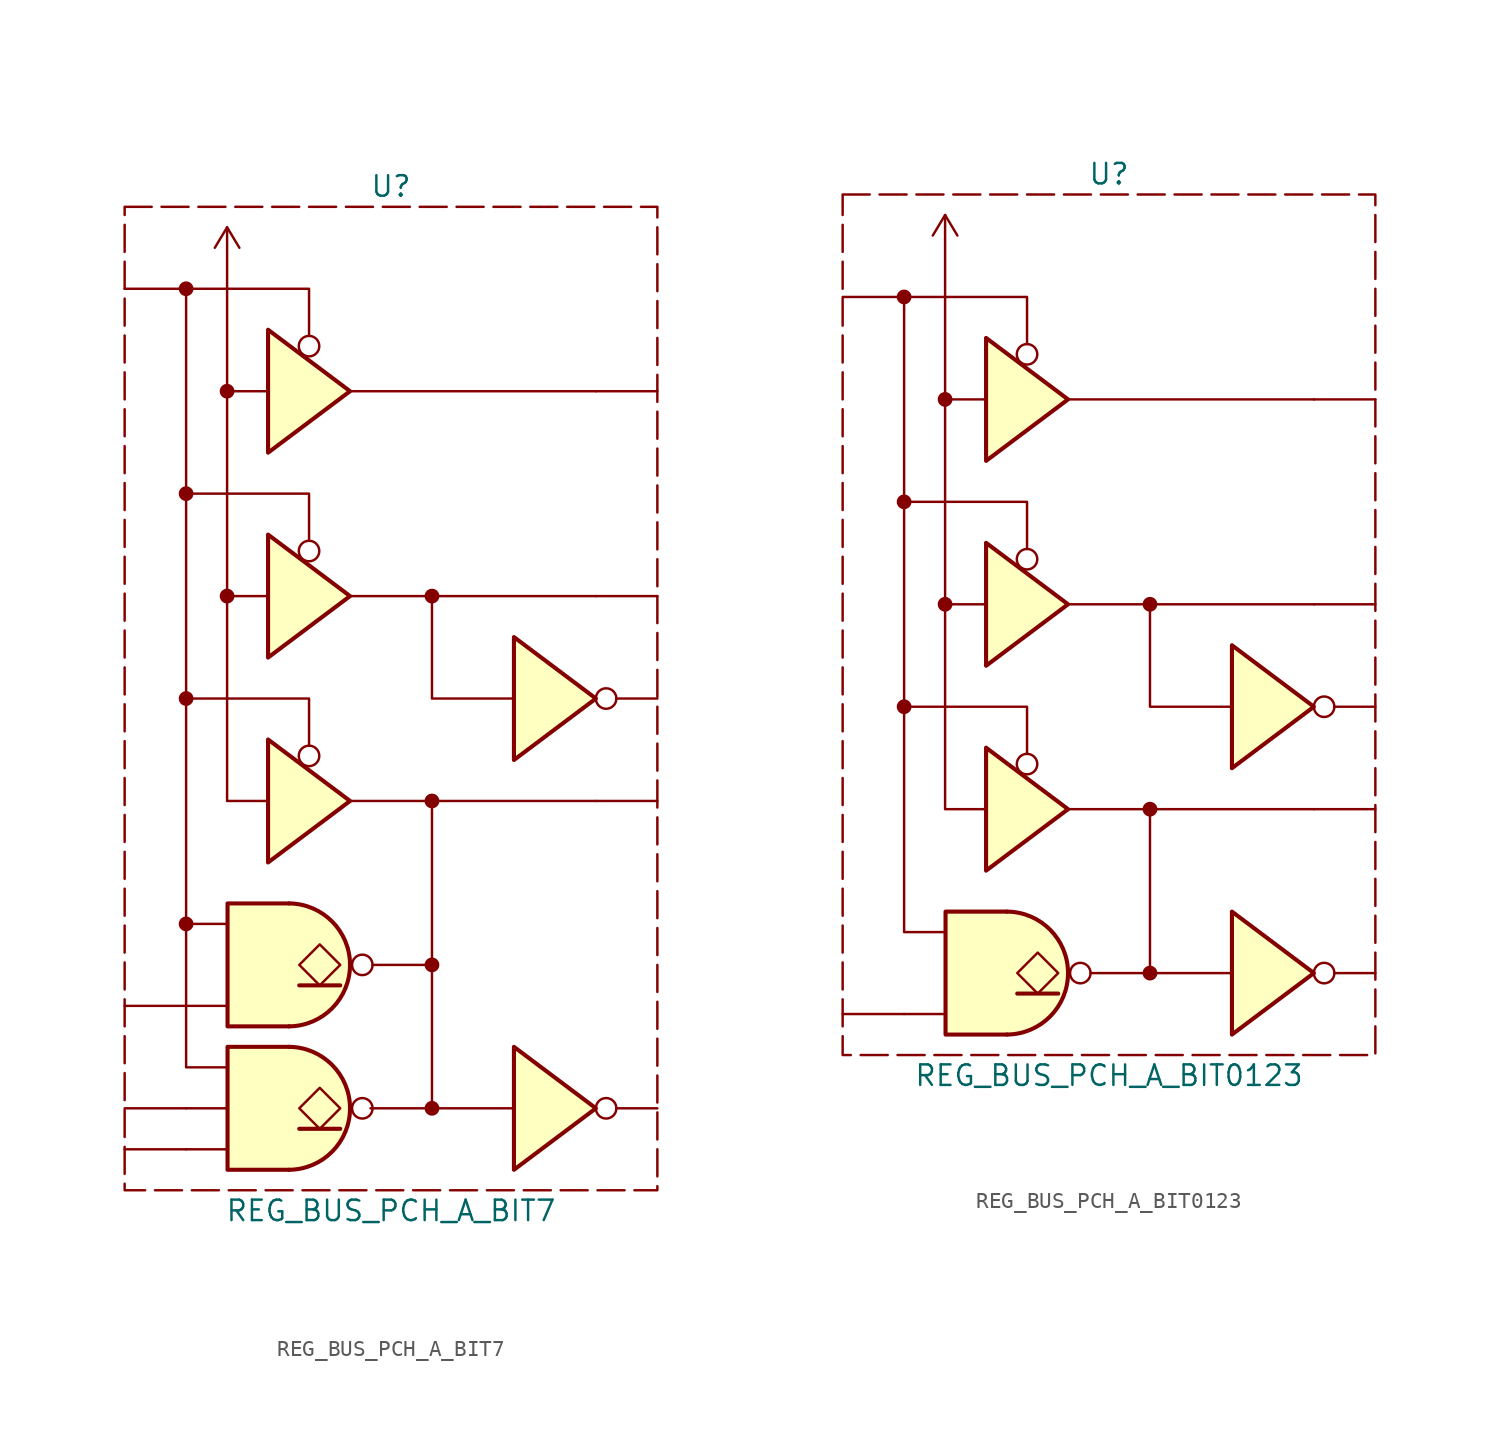
<source format=kicad_sym>
(kicad_symbol_lib
  (version 20231120)
  (generator "kicad_symbol_editor")
  (generator_version "8.0")
  (symbol "REG_BUS_PCH_A_BIT7"
    (pin_numbers hide)
    (pin_names
      (offset 0) hide)
    (property "Reference" "U"
      (at 0 31.75 0)
      (effects (font (size 1.27 1.27))))
    (property "Value" "REG_BUS_PCH_A_BIT7"
      (at 0 -31.75 0)
      (effects (font (size 1.27 1.27))))
    (symbol "REG_BUS_PCH_A_BIT7_0_1"
      (circle (center -5.08 -3.556) (radius 0.635) (stroke (width 0) (type default)) (fill (type none)))
      (circle (center -5.08 9.144) (radius 0.635) (stroke (width 0) (type default)) (fill (type none)))
      (circle (center -5.08 21.844) (radius 0.635) (stroke (width 0) (type default)) (fill (type none)))
      (circle (center -1.778 -25.4) (radius 0.635) (stroke (width 0) (type default)) (fill (type none)))
      (circle (center -1.778 -16.51) (radius 0.635) (stroke (width 0) (type default)) (fill (type none)))
      (polyline (pts (xy -12.7 -27.94) (xy -10.16 -27.94)) (stroke (width 0) (type default)) (fill (type none)))
      (polyline (pts (xy -12.7 -25.4) (xy -10.16 -25.4)) (stroke (width 0) (type default)) (fill (type none)))
      (polyline (pts (xy -12.7 -19.05) (xy -10.16 -19.05)) (stroke (width 0) (type default)) (fill (type none)))
      (polyline (pts (xy -7.62 6.35) (xy -10.16 6.35)) (stroke (width 0) (type default)) (fill (type none)))
      (polyline (pts (xy -7.62 19.05) (xy -10.16 19.05)) (stroke (width 0) (type default)) (fill (type none)))
      (polyline (pts (xy -1.143 -16.51) (xy 2.54 -16.51)) (stroke (width 0) (type default)) (fill (type none)))
      (polyline (pts (xy 2.54 -6.35) (xy -2.54 -6.35)) (stroke (width 0) (type default)) (fill (type none)))
      (polyline (pts (xy 2.54 6.35) (xy -2.54 6.35)) (stroke (width 0) (type default)) (fill (type none)))
      (polyline (pts (xy 7.62 -25.4) (xy 2.54 -25.4)) (stroke (width 0) (type default)) (fill (type none)))
      (polyline (pts (xy 12.7 6.35) (xy 2.54 6.35)) (stroke (width 0) (type default)) (fill (type none)))
      (polyline (pts (xy 12.7 19.05) (xy -2.54 19.05)) (stroke (width 0) (type default)) (fill (type none)))
      (polyline (pts (xy -12.7 -13.97) (xy -12.7 -22.86) (xy -10.16 -22.86)) (stroke (width 0) (type default)) (fill (type none)))
      (polyline (pts (xy -12.7 25.4) (xy -12.7 -13.97) (xy -10.16 -13.97)) (stroke (width 0) (type default)) (fill (type none)))
      (polyline (pts (xy -10.922 27.94) (xy -10.16 29.21) (xy -9.398 27.94)) (stroke (width 0) (type default)) (fill (type none)))
      (polyline (pts (xy -7.62 -6.35) (xy -10.16 -6.35) (xy -10.16 29.21)) (stroke (width 0) (type default)) (fill (type none)))
      (polyline (pts (xy -5.08 -2.921) (xy -5.08 0) (xy -12.7 0)) (stroke (width 0) (type default)) (fill (type none)))
      (polyline (pts (xy -5.08 9.779) (xy -5.08 12.7) (xy -12.7 12.7)) (stroke (width 0) (type default)) (fill (type none)))
      (polyline (pts (xy -5.08 22.479) (xy -5.08 25.4) (xy -12.7 25.4)) (stroke (width 0) (type default)) (fill (type none)))
      (polyline (pts (xy 2.54 -16.51) (xy 2.54 -25.4) (xy -1.27 -25.4)) (stroke (width 0) (type default)) (fill (type none)))
      (polyline (pts (xy 2.54 -16.51) (xy 2.54 -6.35) (xy 12.7 -6.35)) (stroke (width 0) (type default)) (fill (type none)))
      (polyline (pts (xy 2.54 6.35) (xy 2.54 0) (xy 7.62 0)) (stroke (width 0) (type default)) (fill (type none))))
    (symbol "REG_BUS_PCH_A_BIT7_1_0"
      (polyline (pts (xy -7.62 -2.54) (xy -7.62 -10.16) (xy -2.54 -6.35) (xy -7.62 -2.54)) (stroke (width 0.254) (type default)) (fill (type background)))
      (polyline (pts (xy -7.62 10.16) (xy -7.62 2.54) (xy -2.54 6.35) (xy -7.62 10.16)) (stroke (width 0.254) (type default)) (fill (type background)))
      (polyline (pts (xy -7.62 22.86) (xy -7.62 15.24) (xy -2.54 19.05) (xy -7.62 22.86)) (stroke (width 0.254) (type default)) (fill (type background)))
      (polyline (pts (xy 7.62 -21.59) (xy 7.62 -29.21) (xy 12.7 -25.4) (xy 7.62 -21.59)) (stroke (width 0.254) (type default)) (fill (type background)))
      (polyline (pts (xy 7.62 3.81) (xy 7.62 -3.81) (xy 12.7 0) (xy 7.62 3.81)) (stroke (width 0.254) (type default)) (fill (type background))))
    (symbol "REG_BUS_PCH_A_BIT7_1_1"
      (rectangle (start -16.51 30.48) (end 16.51 -30.48) (stroke (width 0) (type dash)) (fill (type none)))
      (circle (center -12.7 -13.97) (radius 0.381) (stroke (width 0) (type default)) (fill (type outline)))
      (circle (center -12.7 0) (radius 0.381) (stroke (width 0) (type default)) (fill (type outline)))
      (circle (center -12.7 12.7) (radius 0.381) (stroke (width 0) (type default)) (fill (type outline)))
      (circle (center -12.7 25.4) (radius 0.381) (stroke (width 0) (type default)) (fill (type outline)))
      (circle (center -10.16 6.35) (radius 0.381) (stroke (width 0) (type default)) (fill (type outline)))
      (circle (center -10.16 19.05) (radius 0.381) (stroke (width 0) (type default)) (fill (type outline)))
      (arc (start -6.3224 -29.21) (mid -2.5399 -25.4) (end -6.3224 -21.59) (stroke (width 0.254) (type default)) (fill (type background)))
      (arc (start -6.3224 -20.32) (mid -2.5399 -16.51) (end -6.3224 -12.7) (stroke (width 0.254) (type default)) (fill (type background)))
      (polyline (pts (xy -5.687 -26.67) (xy -3.147 -26.67)) (stroke (width 0.254) (type default)) (fill (type none)))
      (polyline (pts (xy -5.687 -17.78) (xy -3.147 -17.78)) (stroke (width 0.254) (type default)) (fill (type none)))
      (polyline (pts (xy -6.322 -21.59) (xy -10.132 -21.59) (xy -10.132 -29.21) (xy -6.322 -29.21)) (stroke (width 0.254) (type default)) (fill (type background)))
      (polyline (pts (xy -6.322 -12.7) (xy -10.132 -12.7) (xy -10.132 -20.32) (xy -6.322 -20.32)) (stroke (width 0.254) (type default)) (fill (type background)))
      (polyline (pts (xy -3.147 -25.4) (xy -4.417 -24.13) (xy -5.687 -25.4) (xy -4.417 -26.67) (xy -3.147 -25.4)) (stroke (width 0) (type default)) (fill (type none)))
      (polyline (pts (xy -3.147 -16.51) (xy -4.417 -15.24) (xy -5.687 -16.51) (xy -4.417 -17.78) (xy -3.147 -16.51)) (stroke (width 0) (type default)) (fill (type none)))
      (circle (center 2.54 -25.4) (radius 0.381) (stroke (width 0) (type default)) (fill (type outline)))
      (circle (center 2.54 -16.51) (radius 0.381) (stroke (width 0) (type default)) (fill (type outline)))
      (circle (center 2.54 -6.35) (radius 0.381) (stroke (width 0) (type default)) (fill (type outline)))
      (circle (center 2.54 6.35) (radius 0.381) (stroke (width 0) (type default)) (fill (type outline)))
      (pin tri_state line (at 16.51 19.05 180) (length 3.81) (name "A_Y" (effects (font (size 1.27 1.27)))) (number "" (effects (font (size 1.27 1.27)))))
      (pin bidirectional line (at 16.51 6.35 180) (length 3.81) (name "B_Y" (effects (font (size 1.27 1.27)))) (number "" (effects (font (size 1.27 1.27)))))
      (pin output inverted (at 16.51 0 180) (length 3.81) (name "B_~{Y}" (effects (font (size 1.27 1.27)))) (number "" (effects (font (size 1.27 1.27)))))
      (pin bidirectional line (at 16.51 -6.35 180) (length 3.81) (name "C_Y" (effects (font (size 1.27 1.27)))) (number "" (effects (font (size 1.27 1.27)))))
      (pin input line (at -16.51 -19.05 0) (length 3.81) (name "C_ZERO_A" (effects (font (size 1.27 1.27)))) (number "" (effects (font (size 1.27 1.27)))))
      (pin input line (at -16.51 -25.4 0) (length 3.81) (name "C_ZERO_A1" (effects (font (size 1.27 1.27)))) (number "" (effects (font (size 1.27 1.27)))))
      (pin input line (at -16.51 -27.94 0) (length 3.81) (name "C_ZERO_B2" (effects (font (size 1.27 1.27)))) (number "" (effects (font (size 1.27 1.27)))))
      (pin output inverted (at 16.51 -25.4 180) (length 3.81) (name "C_~{Y}" (effects (font (size 1.27 1.27)))) (number "" (effects (font (size 1.27 1.27)))))
      (pin input line (at -16.51 25.4 0) (length 3.81) (name "~{PCH}" (effects (font (size 1.27 1.27)))) (number "" (effects (font (size 1.27 1.27)))))))
  (symbol "REG_BUS_PCH_A_BIT0123"
    (pin_numbers hide)
    (pin_names
      (offset 0) hide)
    (property "Reference" "U"
      (at 0 27.94 0)
      (effects (font (size 1.27 1.27))))
    (property "Value" "REG_BUS_PCH_A_BIT0123"
      (at 0 -27.94 0)
      (effects (font (size 1.27 1.27))))
    (symbol "REG_BUS_PCH_A_BIT0123_0_1"
      (circle (center -5.08 -8.636) (radius 0.635) (stroke (width 0) (type default)) (fill (type none)))
      (circle (center -5.08 4.064) (radius 0.635) (stroke (width 0) (type default)) (fill (type none)))
      (circle (center -5.08 16.764) (radius 0.635) (stroke (width 0) (type default)) (fill (type none)))
      (circle (center -1.778 -21.59) (radius 0.635) (stroke (width 0) (type default)) (fill (type none)))
      (polyline (pts (xy -12.7 -24.13) (xy -10.16 -24.13)) (stroke (width 0) (type default)) (fill (type none)))
      (polyline (pts (xy -7.62 1.27) (xy -10.16 1.27)) (stroke (width 0) (type default)) (fill (type none)))
      (polyline (pts (xy -7.62 13.97) (xy -10.16 13.97)) (stroke (width 0) (type default)) (fill (type none)))
      (polyline (pts (xy -1.143 -21.59) (xy 2.54 -21.59)) (stroke (width 0) (type default)) (fill (type none)))
      (polyline (pts (xy 2.54 -11.43) (xy -2.54 -11.43)) (stroke (width 0) (type default)) (fill (type none)))
      (polyline (pts (xy 2.54 1.27) (xy -2.54 1.27)) (stroke (width 0) (type default)) (fill (type none)))
      (polyline (pts (xy 7.62 -21.59) (xy 2.54 -21.59)) (stroke (width 0) (type default)) (fill (type none)))
      (polyline (pts (xy 12.7 1.27) (xy 2.54 1.27)) (stroke (width 0) (type default)) (fill (type none)))
      (polyline (pts (xy 12.7 13.97) (xy -2.54 13.97)) (stroke (width 0) (type default)) (fill (type none)))
      (polyline (pts (xy -12.7 20.32) (xy -12.7 -19.05) (xy -10.16 -19.05)) (stroke (width 0) (type default)) (fill (type none)))
      (polyline (pts (xy -10.922 24.13) (xy -10.16 25.4) (xy -9.398 24.13)) (stroke (width 0) (type default)) (fill (type none)))
      (polyline (pts (xy -7.62 -11.43) (xy -10.16 -11.43) (xy -10.16 25.4)) (stroke (width 0) (type default)) (fill (type none)))
      (polyline (pts (xy -5.08 -8.001) (xy -5.08 -5.08) (xy -12.7 -5.08)) (stroke (width 0) (type default)) (fill (type none)))
      (polyline (pts (xy -5.08 4.699) (xy -5.08 7.62) (xy -12.7 7.62)) (stroke (width 0) (type default)) (fill (type none)))
      (polyline (pts (xy -5.08 17.399) (xy -5.08 20.32) (xy -12.7 20.32)) (stroke (width 0) (type default)) (fill (type none)))
      (polyline (pts (xy 2.54 -21.59) (xy 2.54 -11.43) (xy 12.7 -11.43)) (stroke (width 0) (type default)) (fill (type none)))
      (polyline (pts (xy 2.54 1.27) (xy 2.54 -5.08) (xy 7.62 -5.08)) (stroke (width 0) (type default)) (fill (type none))))
    (symbol "REG_BUS_PCH_A_BIT0123_1_0"
      (polyline (pts (xy -7.62 -7.62) (xy -7.62 -15.24) (xy -2.54 -11.43) (xy -7.62 -7.62)) (stroke (width 0.254) (type default)) (fill (type background)))
      (polyline (pts (xy -7.62 5.08) (xy -7.62 -2.54) (xy -2.54 1.27) (xy -7.62 5.08)) (stroke (width 0.254) (type default)) (fill (type background)))
      (polyline (pts (xy -7.62 17.78) (xy -7.62 10.16) (xy -2.54 13.97) (xy -7.62 17.78)) (stroke (width 0.254) (type default)) (fill (type background)))
      (polyline (pts (xy 7.62 -17.78) (xy 7.62 -25.4) (xy 12.7 -21.59) (xy 7.62 -17.78)) (stroke (width 0.254) (type default)) (fill (type background)))
      (polyline (pts (xy 7.62 -1.27) (xy 7.62 -8.89) (xy 12.7 -5.08) (xy 7.62 -1.27)) (stroke (width 0.254) (type default)) (fill (type background))))
    (symbol "REG_BUS_PCH_A_BIT0123_1_1"
      (rectangle (start -16.51 26.67) (end 16.51 -26.67) (stroke (width 0) (type dash)) (fill (type none)))
      (circle (center -12.7 -5.08) (radius 0.381) (stroke (width 0) (type default)) (fill (type outline)))
      (circle (center -12.7 7.62) (radius 0.381) (stroke (width 0) (type default)) (fill (type outline)))
      (circle (center -12.7 20.32) (radius 0.381) (stroke (width 0) (type default)) (fill (type outline)))
      (circle (center -10.16 1.27) (radius 0.381) (stroke (width 0) (type default)) (fill (type outline)))
      (circle (center -10.16 13.97) (radius 0.381) (stroke (width 0) (type default)) (fill (type outline)))
      (arc (start -6.3224 -25.4) (mid -2.5399 -21.59) (end -6.3224 -17.78) (stroke (width 0.254) (type default)) (fill (type background)))
      (polyline (pts (xy -5.687 -22.86) (xy -3.147 -22.86)) (stroke (width 0.254) (type default)) (fill (type none)))
      (polyline (pts (xy -6.322 -17.78) (xy -10.132 -17.78) (xy -10.132 -25.4) (xy -6.322 -25.4)) (stroke (width 0.254) (type default)) (fill (type background)))
      (polyline (pts (xy -3.147 -21.59) (xy -4.417 -20.32) (xy -5.687 -21.59) (xy -4.417 -22.86) (xy -3.147 -21.59)) (stroke (width 0) (type default)) (fill (type none)))
      (circle (center 2.54 -21.59) (radius 0.381) (stroke (width 0) (type default)) (fill (type outline)))
      (circle (center 2.54 -11.43) (radius 0.381) (stroke (width 0) (type default)) (fill (type outline)))
      (circle (center 2.54 1.27) (radius 0.381) (stroke (width 0) (type default)) (fill (type outline)))
      (pin tri_state line (at 16.51 13.97 180) (length 3.81) (name "A_Y" (effects (font (size 1.27 1.27)))) (number "" (effects (font (size 1.27 1.27)))))
      (pin bidirectional line (at 16.51 1.27 180) (length 3.81) (name "B_Y" (effects (font (size 1.27 1.27)))) (number "" (effects (font (size 1.27 1.27)))))
      (pin output inverted (at 16.51 -5.08 180) (length 3.81) (name "B_~{Y}" (effects (font (size 1.27 1.27)))) (number "" (effects (font (size 1.27 1.27)))))
      (pin bidirectional line (at 16.51 -11.43 180) (length 3.81) (name "C_Y" (effects (font (size 1.27 1.27)))) (number "" (effects (font (size 1.27 1.27)))))
      (pin input line (at -16.51 -24.13 0) (length 3.81) (name "C_ZERO" (effects (font (size 1.27 1.27)))) (number "" (effects (font (size 1.27 1.27)))))
      (pin output inverted (at 16.51 -21.59 180) (length 3.81) (name "C_~{Y}" (effects (font (size 1.27 1.27)))) (number "" (effects (font (size 1.27 1.27)))))
      (pin input line (at -16.51 20.32 0) (length 3.81) (name "~{PCH}" (effects (font (size 1.27 1.27)))) (number "" (effects (font (size 1.27 1.27))))))))
</source>
